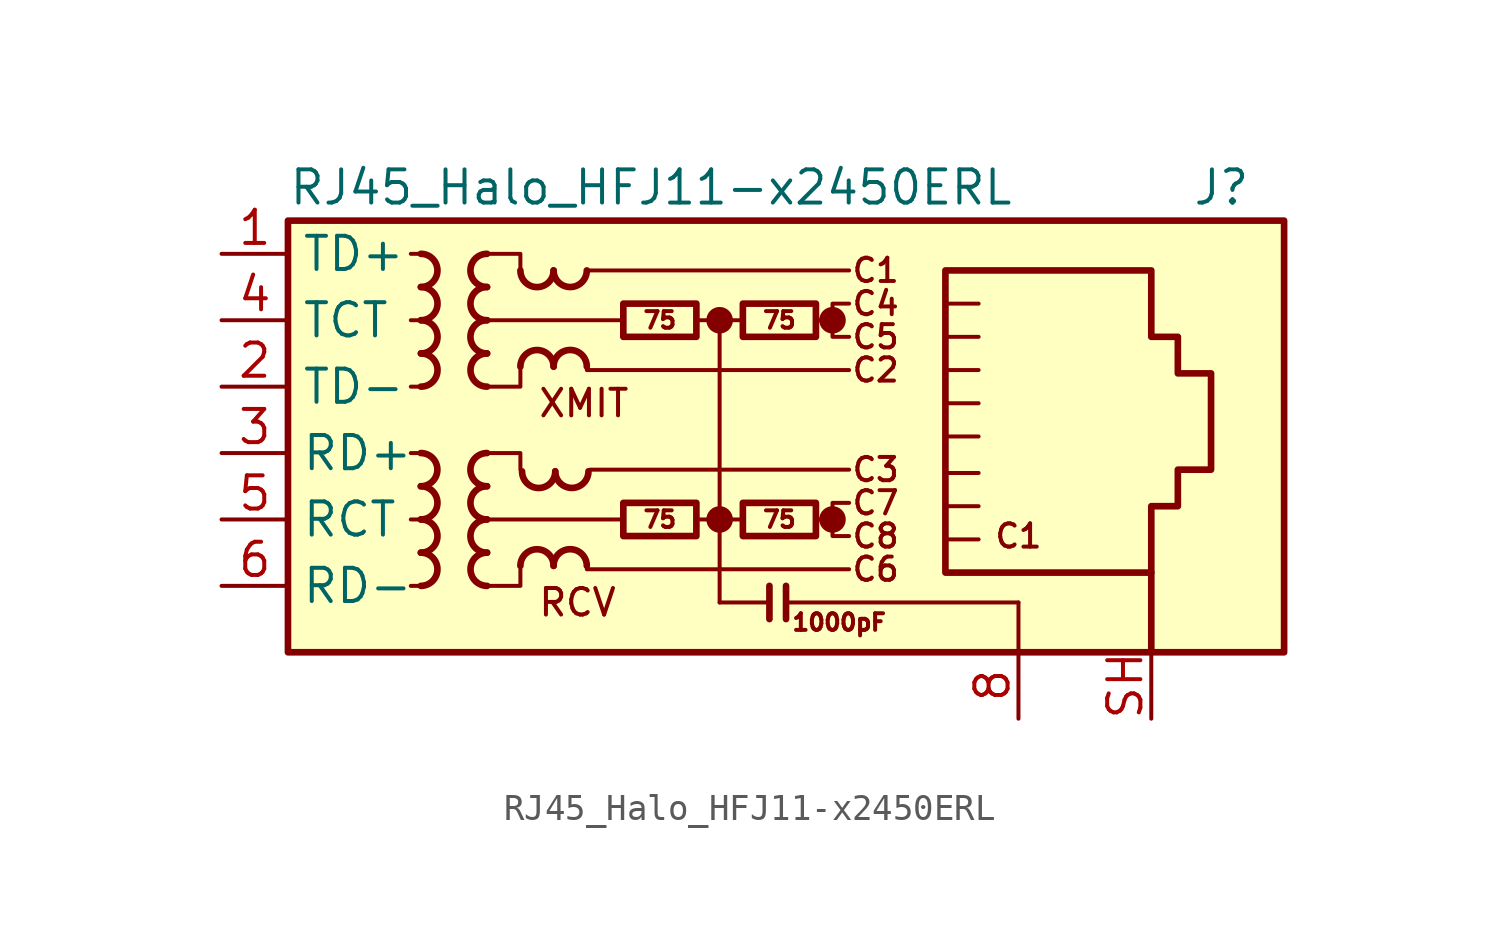
<source format=kicad_sym>
(kicad_symbol_lib
  (version 20241209)
  (generator "kicad_symbol_editor")
  (generator_version "9.0")
  (symbol "RJ45_Halo_HFJ11-x2450ERL"
    (property "Reference" "J"
      (at 19.05 10.16 0)
      (effects (font (size 1.27 1.27)) (justify right)))
    (property "Value" "RJ45_Halo_HFJ11-x2450ERL"
      (at -17.78 10.16 0)
      (effects (font (size 1.27 1.27)) (justify left)))
    (symbol "RJ45_Halo_HFJ11-x2450ERL_0_0"
      (circle (center -1.27 5.08) (radius 0.0001) (stroke (width 0.508) (type default)) (fill (type none)))
      (polyline (pts (xy -1.27 5.08) (xy -1.27 -5.715)) (stroke (width 0) (type default)) (fill (type none)))
      (circle (center -1.27 -2.54) (radius 0.0001) (stroke (width 0.508) (type default)) (fill (type none)))
      (polyline (pts (xy 0.635 -5.08) (xy 0.635 -6.35)) (stroke (width 0.254) (type default)) (fill (type none)))
      (polyline (pts (xy 1.27 -5.08) (xy 1.27 -6.35)) (stroke (width 0.254) (type default)) (fill (type none)))
      (polyline (pts (xy 3.048 5.08) (xy 2.54 5.08)) (stroke (width 0) (type default)) (fill (type none)))
      (circle (center 3.048 5.08) (radius 0.0001) (stroke (width 0.508) (type default)) (fill (type none)))
      (polyline (pts (xy 3.048 -2.54) (xy 2.54 -2.54)) (stroke (width 0) (type default)) (fill (type none)))
      (circle (center 3.048 -2.54) (radius 0.0001) (stroke (width 0.508) (type default)) (fill (type none)))
      (polyline (pts (xy 3.683 5.715) (xy 3.048 5.715) (xy 3.048 4.445) (xy 3.683 4.445)) (stroke (width 0) (type default)) (fill (type none)))
      (polyline (pts (xy 3.683 -1.905) (xy 3.048 -1.905) (xy 3.048 -3.175) (xy 3.683 -3.175)) (stroke (width 0) (type default)) (fill (type none)))
      (text "XMIT" (at -8.255 1.905 0) (effects (font (size 1.016 1.016)) (justify left)))
      (text "RCV" (at -8.255 -5.715 0) (effects (font (size 1.016 1.016)) (justify left)))
      (text "C1" (at 4.699 6.985 0) (effects (font (size 0.889 0.889))))
      (text "C4" (at 4.699 5.715 0) (effects (font (size 0.889 0.889))))
      (text "C5" (at 4.699 4.445 0) (effects (font (size 0.889 0.889))))
      (text "C2" (at 4.699 3.175 0) (effects (font (size 0.889 0.889))))
      (text "C3" (at 4.699 -0.635 0) (effects (font (size 0.889 0.889))))
      (text "C7" (at 4.699 -1.905 0) (effects (font (size 0.889 0.889))))
      (text "C8" (at 4.699 -3.175 0) (effects (font (size 0.889 0.889))))
      (text "C6" (at 4.699 -4.445 0) (effects (font (size 0.889 0.889))))
      (text "C1" (at 10.16 -3.175 0) (effects (font (size 0.889 0.889)))))
    (symbol "RJ45_Halo_HFJ11-x2450ERL_0_1"
      (rectangle (start -17.78 8.89) (end 20.32 -7.62) (stroke (width 0.254) (type default)) (fill (type background)))
      (polyline (pts (xy -12.7 7.62) (xy -13.081 7.62)) (stroke (width 0) (type default)) (fill (type none)))
      (polyline (pts (xy -12.7 5.08) (xy -13.081 5.08)) (stroke (width 0) (type default)) (fill (type none)))
      (polyline (pts (xy -12.7 2.54) (xy -13.081 2.54)) (stroke (width 0) (type default)) (fill (type none)))
      (polyline (pts (xy -12.7 0) (xy -13.081 0)) (stroke (width 0) (type default)) (fill (type none)))
      (polyline (pts (xy -12.7 -2.54) (xy -13.081 -2.54)) (stroke (width 0) (type default)) (fill (type none)))
      (polyline (pts (xy -12.7 -5.08) (xy -13.081 -5.08)) (stroke (width 0) (type default)) (fill (type none)))
      (polyline (pts (xy -10.16 7.62) (xy -8.89 7.62) (xy -8.89 6.985)) (stroke (width 0) (type default)) (fill (type none)))
      (polyline (pts (xy -10.16 0) (xy -8.89 0) (xy -8.89 -0.635)) (stroke (width 0) (type default)) (fill (type none)))
      (polyline (pts (xy -8.89 3.175) (xy -8.89 2.54) (xy -10.16 2.54)) (stroke (width 0) (type default)) (fill (type none)))
      (polyline (pts (xy -8.89 -4.445) (xy -8.89 -5.08) (xy -10.16 -5.08)) (stroke (width 0) (type default)) (fill (type none)))
      (polyline (pts (xy -6.35 6.985) (xy 3.683 6.985)) (stroke (width 0) (type default)) (fill (type none)))
      (polyline (pts (xy -6.35 3.175) (xy 3.683 3.175)) (stroke (width 0) (type default)) (fill (type none)))
      (polyline (pts (xy -6.35 -4.445) (xy 3.683 -4.445)) (stroke (width 0) (type default)) (fill (type none)))
      (polyline (pts (xy -6.223 -0.635) (xy 3.683 -0.635)) (stroke (width 0) (type default)) (fill (type none)))
      (polyline (pts (xy -5.08 -2.54) (xy -10.16 -2.54)) (stroke (width 0) (type default)) (fill (type none)))
      (polyline (pts (xy -4.953 5.08) (xy -10.16 5.08)) (stroke (width 0) (type default)) (fill (type none)))
      (polyline (pts (xy -2.159 5.08) (xy -0.381 5.08)) (stroke (width 0) (type default)) (fill (type none)))
      (polyline (pts (xy -2.159 -2.54) (xy -0.381 -2.54)) (stroke (width 0) (type default)) (fill (type none)))
      (polyline (pts (xy 0.635 -5.715) (xy -1.27 -5.715)) (stroke (width 0) (type default)) (fill (type none)))
      (polyline (pts (xy 7.366 3.175) (xy 8.636 3.175)) (stroke (width 0) (type default)) (fill (type none)))
      (polyline (pts (xy 7.366 1.905) (xy 8.636 1.905)) (stroke (width 0) (type default)) (fill (type none)))
      (polyline (pts (xy 7.366 0.635) (xy 8.636 0.635)) (stroke (width 0) (type default)) (fill (type none)))
      (polyline (pts (xy 7.366 -0.762) (xy 8.636 -0.762)) (stroke (width 0) (type default)) (fill (type none)))
      (polyline (pts (xy 7.366 -2.032) (xy 8.636 -2.032)) (stroke (width 0) (type default)) (fill (type none)))
      (polyline (pts (xy 8.636 5.715) (xy 7.366 5.715)) (stroke (width 0) (type default)) (fill (type none)))
      (polyline (pts (xy 8.636 4.445) (xy 7.366 4.445)) (stroke (width 0) (type default)) (fill (type none)))
      (polyline (pts (xy 8.636 -3.302) (xy 7.366 -3.302)) (stroke (width 0) (type default)) (fill (type none)))
      (polyline (pts (xy 10.16 -5.715) (xy 1.27 -5.715)) (stroke (width 0) (type default)) (fill (type none)))
      (polyline (pts (xy 10.16 -5.715) (xy 10.16 -7.62)) (stroke (width 0) (type default)) (fill (type none))))
    (symbol "RJ45_Halo_HFJ11-x2450ERL_1_0"
      (text "1000pF" (at 3.302 -6.477 0) (effects (font (size 0.635 0.635)))))
    (symbol "RJ45_Halo_HFJ11-x2450ERL_1_1"
      (arc (start -12.7 0) (mid -12.0677 -0.635) (end -12.7 -1.27) (stroke (width 0.254) (type default)) (fill (type none)))
      (arc (start -12.6973 7.62) (mid -12.065 6.985) (end -12.6973 6.35) (stroke (width 0.254) (type default)) (fill (type none)))
      (arc (start -12.6973 -1.27) (mid -12.065 -1.905) (end -12.6973 -2.54) (stroke (width 0.254) (type default)) (fill (type none)))
      (arc (start -12.6973 -2.54) (mid -12.065 -3.175) (end -12.6973 -3.81) (stroke (width 0.254) (type default)) (fill (type none)))
      (arc (start -12.6973 -3.81) (mid -12.065 -4.445) (end -12.6973 -5.08) (stroke (width 0.254) (type default)) (fill (type none)))
      (arc (start -12.6946 6.35) (mid -12.0623 5.715) (end -12.6946 5.08) (stroke (width 0.254) (type default)) (fill (type none)))
      (arc (start -12.6946 5.08) (mid -12.0623 4.445) (end -12.6946 3.81) (stroke (width 0.254) (type default)) (fill (type none)))
      (arc (start -12.6946 3.81) (mid -12.0623 3.175) (end -12.6946 2.54) (stroke (width 0.254) (type default)) (fill (type none)))
      (arc (start -10.1654 6.35) (mid -10.7977 6.985) (end -10.1654 7.62) (stroke (width 0.254) (type default)) (fill (type none)))
      (arc (start -10.1654 5.08) (mid -10.7977 5.715) (end -10.1654 6.35) (stroke (width 0.254) (type default)) (fill (type none)))
      (arc (start -10.1654 3.81) (mid -10.7977 4.445) (end -10.1654 5.08) (stroke (width 0.254) (type default)) (fill (type none)))
      (arc (start -10.1654 -1.27) (mid -10.7977 -0.635) (end -10.1654 0) (stroke (width 0.254) (type default)) (fill (type none)))
      (arc (start -10.1654 -2.54) (mid -10.7977 -1.905) (end -10.1654 -1.27) (stroke (width 0.254) (type default)) (fill (type none)))
      (arc (start -10.1654 -3.81) (mid -10.7977 -3.175) (end -10.1654 -2.54) (stroke (width 0.254) (type default)) (fill (type none)))
      (arc (start -10.1627 2.54) (mid -10.795 3.175) (end -10.1627 3.81) (stroke (width 0.254) (type default)) (fill (type none)))
      (arc (start -10.1627 -5.08) (mid -10.795 -4.445) (end -10.1627 -3.81) (stroke (width 0.254) (type default)) (fill (type none)))
      (arc (start -7.62 6.9823) (mid -8.255 6.35) (end -8.89 6.9823) (stroke (width 0.254) (type default)) (fill (type none)))
      (arc (start -8.89 3.3047) (mid -8.255 3.937) (end -7.62 3.3047) (stroke (width 0.254) (type default)) (fill (type none)))
      (arc (start -8.89 -4.3153) (mid -8.255 -3.683) (end -7.62 -4.3153) (stroke (width 0.254) (type default)) (fill (type none)))
      (arc (start -7.5565 -0.7012) (mid -8.1915 -1.3335) (end -8.8265 -0.7012) (stroke (width 0.254) (type default)) (fill (type none)))
      (arc (start -6.35 6.985) (mid -6.985 6.3527) (end -7.62 6.985) (stroke (width 0.254) (type default)) (fill (type none)))
      (arc (start -7.62 3.3074) (mid -6.985 3.9397) (end -6.35 3.3074) (stroke (width 0.254) (type default)) (fill (type none)))
      (arc (start -7.62 -4.3126) (mid -6.985 -3.6803) (end -6.35 -4.3126) (stroke (width 0.254) (type default)) (fill (type none)))
      (arc (start -6.2865 -0.6985) (mid -6.9215 -1.3308) (end -7.5565 -0.6985) (stroke (width 0.254) (type default)) (fill (type none)))
      (rectangle (start -4.953 5.715) (end -2.159 4.445) (stroke (width 0.254) (type default)) (fill (type none)))
      (rectangle (start -4.953 -1.905) (end -2.159 -3.175) (stroke (width 0.254) (type default)) (fill (type none)))
      (rectangle (start -0.381 5.715) (end 2.413 4.445) (stroke (width 0.254) (type default)) (fill (type none)))
      (rectangle (start -0.381 -1.905) (end 2.413 -3.175) (stroke (width 0.254) (type default)) (fill (type none)))
      (polyline (pts (xy 7.366 -4.572) (xy 7.366 6.985) (xy 15.24 6.985) (xy 15.24 4.445) (xy 16.256 4.445) (xy 16.256 3.048) (xy 17.526 3.048) (xy 17.526 -0.635) (xy 16.256 -0.635) (xy 16.256 -2.032) (xy 15.24 -2.032) (xy 15.24 -4.572) (xy 7.366 -4.572)) (stroke (width 0.254) (type default)) (fill (type none)))
      (polyline (pts (xy 15.24 -7.62) (xy 15.24 -4.572)) (stroke (width 0.254) (type default)) (fill (type none)))
      (text "75" (at -3.556 5.08 0) (effects (font (size 0.635 0.635))))
      (text "75" (at -3.556 -2.54 0) (effects (font (size 0.635 0.635))))
      (text "75" (at 1.016 5.08 0) (effects (font (size 0.635 0.635))))
      (text "75" (at 1.016 -2.54 0) (effects (font (size 0.635 0.635))))
      (pin passive line (at -20.32 7.62 0) (length 2.54) (name "TD+" (effects (font (size 1.27 1.27)))) (number "1" (effects (font (size 1.27 1.27)))))
      (pin passive line (at -20.32 5.08 0) (length 2.54) (name "TCT" (effects (font (size 1.27 1.27)))) (number "4" (effects (font (size 1.27 1.27)))))
      (pin passive line (at -20.32 2.54 0) (length 2.54) (name "TD-" (effects (font (size 1.27 1.27)))) (number "2" (effects (font (size 1.27 1.27)))))
      (pin passive line (at -20.32 0 0) (length 2.54) (name "RD+" (effects (font (size 1.27 1.27)))) (number "3" (effects (font (size 1.27 1.27)))))
      (pin passive line (at -20.32 -2.54 0) (length 2.54) (name "RCT" (effects (font (size 1.27 1.27)))) (number "5" (effects (font (size 1.27 1.27)))))
      (pin passive line (at -20.32 -5.08 0) (length 2.54) (name "RD-" (effects (font (size 1.27 1.27)))) (number "6" (effects (font (size 1.27 1.27)))))
      (pin power_in line (at 10.16 -10.16 90) (length 2.54) (name "" (effects (font (size 1.27 1.27)))) (number "8" (effects (font (size 1.27 1.27)))))
      (pin passive line (at 15.24 -10.16 90) (length 2.54) (name "" (effects (font (size 1.27 1.27)))) (number "SH" (effects (font (size 1.27 1.27)))))
      (pin no_connect line (at 20.32 0 0) (length 0) (hide yes) (name "NC" (effects (font (size 1.27 1.27)))) (number "7" (effects (font (size 1.27 1.27))))))))
</source>
